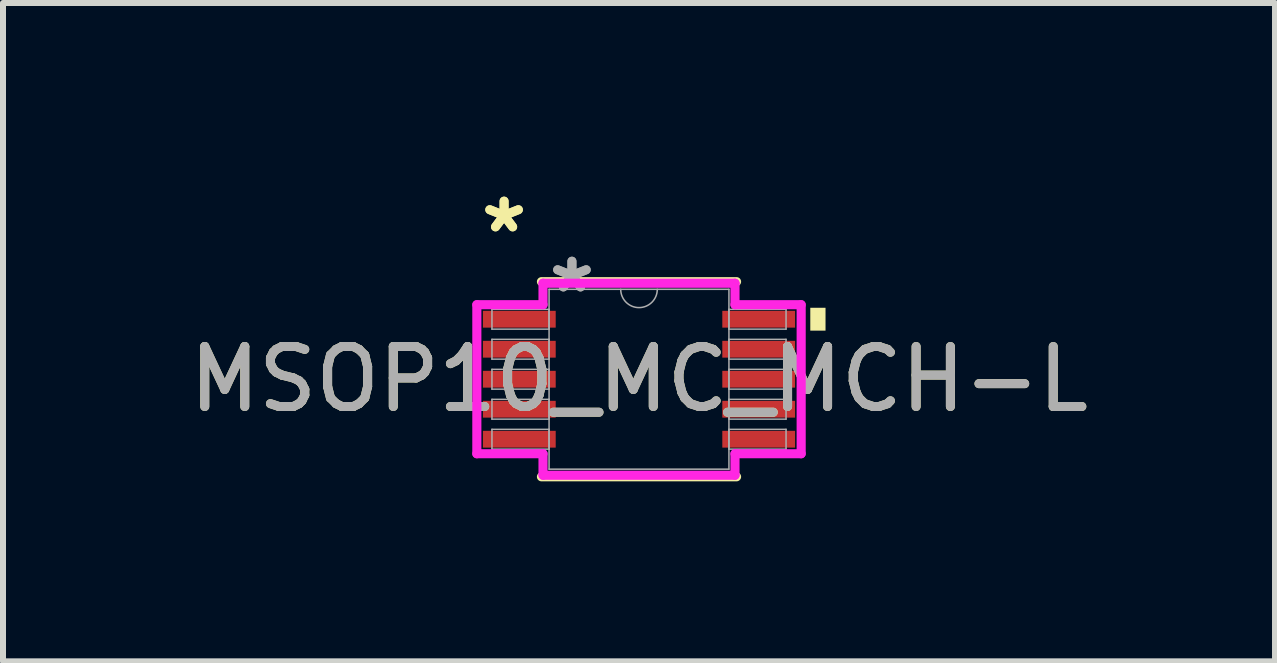
<source format=kicad_pcb>
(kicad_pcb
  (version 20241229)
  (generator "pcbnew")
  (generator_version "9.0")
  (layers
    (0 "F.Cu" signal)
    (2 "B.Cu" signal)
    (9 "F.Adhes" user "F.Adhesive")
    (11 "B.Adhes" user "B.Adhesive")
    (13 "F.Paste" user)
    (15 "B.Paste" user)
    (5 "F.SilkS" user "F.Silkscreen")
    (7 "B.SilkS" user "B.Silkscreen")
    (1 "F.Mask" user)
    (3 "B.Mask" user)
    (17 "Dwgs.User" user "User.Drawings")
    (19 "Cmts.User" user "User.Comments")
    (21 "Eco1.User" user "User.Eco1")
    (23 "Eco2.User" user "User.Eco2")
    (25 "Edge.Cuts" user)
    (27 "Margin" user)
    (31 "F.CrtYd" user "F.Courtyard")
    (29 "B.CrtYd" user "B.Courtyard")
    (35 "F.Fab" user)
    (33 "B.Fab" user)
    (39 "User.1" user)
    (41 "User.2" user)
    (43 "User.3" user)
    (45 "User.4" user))
  (footprint "MSOP10_MC_MCH-L"
    (layer "F.Cu")
    (at 7.601 3.271)
    (property "Reference" "MSOP10_MC_MCH-L" (at 0 0 0) (unlocked yes) (layer "F.SilkS") (effects (font (size 1 1) (thickness 0.15))))
    (attr smd)
    (fp_line (start -1.626 1.626) (end 1.626 1.626) (stroke (width 0.152) (type solid)) (layer "F.SilkS"))
    (fp_line (start 1.626 -1.626) (end -1.626 -1.626) (stroke (width 0.152) (type solid)) (layer "F.SilkS"))
    (fp_poly (pts (xy 3.109 -1.191) (xy 3.109 -0.81) (xy 2.855 -0.81) (xy 2.855 -1.191)) (stroke (width 0) (type solid)) (fill yes) (layer "F.SilkS"))
    (fp_line (start -2.703 -1.242) (end -1.6 -1.242) (stroke (width 0.152) (type solid)) (layer "F.CrtYd"))
    (fp_line (start -2.703 1.242) (end -2.703 -1.242) (stroke (width 0.152) (type solid)) (layer "F.CrtYd"))
    (fp_line (start -2.703 1.242) (end -1.6 1.242) (stroke (width 0.152) (type solid)) (layer "F.CrtYd"))
    (fp_line (start -1.6 -1.6) (end 1.6 -1.6) (stroke (width 0.152) (type solid)) (layer "F.CrtYd"))
    (fp_line (start -1.6 -1.242) (end -1.6 -1.6) (stroke (width 0.152) (type solid)) (layer "F.CrtYd"))
    (fp_line (start -1.6 1.6) (end -1.6 1.242) (stroke (width 0.152) (type solid)) (layer "F.CrtYd"))
    (fp_line (start 1.6 -1.6) (end 1.6 -1.242) (stroke (width 0.152) (type solid)) (layer "F.CrtYd"))
    (fp_line (start 1.6 1.242) (end 1.6 1.6) (stroke (width 0.152) (type solid)) (layer "F.CrtYd"))
    (fp_line (start 1.6 1.6) (end -1.6 1.6) (stroke (width 0.152) (type solid)) (layer "F.CrtYd"))
    (fp_line (start 2.703 -1.242) (end 1.6 -1.242) (stroke (width 0.152) (type solid)) (layer "F.CrtYd"))
    (fp_line (start 2.703 -1.242) (end 2.703 1.242) (stroke (width 0.152) (type solid)) (layer "F.CrtYd"))
    (fp_line (start 2.703 1.242) (end 1.6 1.242) (stroke (width 0.152) (type solid)) (layer "F.CrtYd"))
    (fp_line (start -2.451 -1.165) (end -2.451 -0.835) (stroke (width 0.025) (type solid)) (layer "F.Fab"))
    (fp_line (start -2.451 -0.835) (end -1.499 -0.835) (stroke (width 0.025) (type solid)) (layer "F.Fab"))
    (fp_line (start -2.451 -0.665) (end -2.451 -0.335) (stroke (width 0.025) (type solid)) (layer "F.Fab"))
    (fp_line (start -2.451 -0.335) (end -1.499 -0.335) (stroke (width 0.025) (type solid)) (layer "F.Fab"))
    (fp_line (start -2.451 -0.165) (end -2.451 0.165) (stroke (width 0.025) (type solid)) (layer "F.Fab"))
    (fp_line (start -2.451 0.165) (end -1.499 0.165) (stroke (width 0.025) (type solid)) (layer "F.Fab"))
    (fp_line (start -2.451 0.335) (end -2.451 0.665) (stroke (width 0.025) (type solid)) (layer "F.Fab"))
    (fp_line (start -2.451 0.665) (end -1.499 0.665) (stroke (width 0.025) (type solid)) (layer "F.Fab"))
    (fp_line (start -2.451 0.835) (end -2.451 1.165) (stroke (width 0.025) (type solid)) (layer "F.Fab"))
    (fp_line (start -2.451 1.165) (end -1.499 1.165) (stroke (width 0.025) (type solid)) (layer "F.Fab"))
    (fp_line (start -1.499 -1.499) (end -1.499 1.499) (stroke (width 0.025) (type solid)) (layer "F.Fab"))
    (fp_line (start -1.499 -1.165) (end -2.451 -1.165) (stroke (width 0.025) (type solid)) (layer "F.Fab"))
    (fp_line (start -1.499 -0.835) (end -1.499 -1.165) (stroke (width 0.025) (type solid)) (layer "F.Fab"))
    (fp_line (start -1.499 -0.665) (end -2.451 -0.665) (stroke (width 0.025) (type solid)) (layer "F.Fab"))
    (fp_line (start -1.499 -0.335) (end -1.499 -0.665) (stroke (width 0.025) (type solid)) (layer "F.Fab"))
    (fp_line (start -1.499 -0.165) (end -2.451 -0.165) (stroke (width 0.025) (type solid)) (layer "F.Fab"))
    (fp_line (start -1.499 0.165) (end -1.499 -0.165) (stroke (width 0.025) (type solid)) (layer "F.Fab"))
    (fp_line (start -1.499 0.335) (end -2.451 0.335) (stroke (width 0.025) (type solid)) (layer "F.Fab"))
    (fp_line (start -1.499 0.665) (end -1.499 0.335) (stroke (width 0.025) (type solid)) (layer "F.Fab"))
    (fp_line (start -1.499 0.835) (end -2.451 0.835) (stroke (width 0.025) (type solid)) (layer "F.Fab"))
    (fp_line (start -1.499 1.165) (end -1.499 0.835) (stroke (width 0.025) (type solid)) (layer "F.Fab"))
    (fp_line (start -1.499 1.499) (end 1.499 1.499) (stroke (width 0.025) (type solid)) (layer "F.Fab"))
    (fp_line (start 1.499 -1.499) (end -1.499 -1.499) (stroke (width 0.025) (type solid)) (layer "F.Fab"))
    (fp_line (start 1.499 -1.165) (end 1.499 -0.835) (stroke (width 0.025) (type solid)) (layer "F.Fab"))
    (fp_line (start 1.499 -0.835) (end 2.451 -0.835) (stroke (width 0.025) (type solid)) (layer "F.Fab"))
    (fp_line (start 1.499 -0.665) (end 1.499 -0.335) (stroke (width 0.025) (type solid)) (layer "F.Fab"))
    (fp_line (start 1.499 -0.335) (end 2.451 -0.335) (stroke (width 0.025) (type solid)) (layer "F.Fab"))
    (fp_line (start 1.499 -0.165) (end 1.499 0.165) (stroke (width 0.025) (type solid)) (layer "F.Fab"))
    (fp_line (start 1.499 0.165) (end 2.451 0.165) (stroke (width 0.025) (type solid)) (layer "F.Fab"))
    (fp_line (start 1.499 0.335) (end 1.499 0.665) (stroke (width 0.025) (type solid)) (layer "F.Fab"))
    (fp_line (start 1.499 0.665) (end 2.451 0.665) (stroke (width 0.025) (type solid)) (layer "F.Fab"))
    (fp_line (start 1.499 0.835) (end 1.499 1.165) (stroke (width 0.025) (type solid)) (layer "F.Fab"))
    (fp_line (start 1.499 1.165) (end 2.451 1.165) (stroke (width 0.025) (type solid)) (layer "F.Fab"))
    (fp_line (start 1.499 1.499) (end 1.499 -1.499) (stroke (width 0.025) (type solid)) (layer "F.Fab"))
    (fp_line (start 2.451 -1.165) (end 1.499 -1.165) (stroke (width 0.025) (type solid)) (layer "F.Fab"))
    (fp_line (start 2.451 -0.835) (end 2.451 -1.165) (stroke (width 0.025) (type solid)) (layer "F.Fab"))
    (fp_line (start 2.451 -0.665) (end 1.499 -0.665) (stroke (width 0.025) (type solid)) (layer "F.Fab"))
    (fp_line (start 2.451 -0.335) (end 2.451 -0.665) (stroke (width 0.025) (type solid)) (layer "F.Fab"))
    (fp_line (start 2.451 -0.165) (end 1.499 -0.165) (stroke (width 0.025) (type solid)) (layer "F.Fab"))
    (fp_line (start 2.451 0.165) (end 2.451 -0.165) (stroke (width 0.025) (type solid)) (layer "F.Fab"))
    (fp_line (start 2.451 0.335) (end 1.499 0.335) (stroke (width 0.025) (type solid)) (layer "F.Fab"))
    (fp_line (start 2.451 0.665) (end 2.451 0.335) (stroke (width 0.025) (type solid)) (layer "F.Fab"))
    (fp_line (start 2.451 0.835) (end 1.499 0.835) (stroke (width 0.025) (type solid)) (layer "F.Fab"))
    (fp_line (start 2.451 1.165) (end 2.451 0.835) (stroke (width 0.025) (type solid)) (layer "F.Fab"))
    (fp_arc (start 0.3048 -1.4986) (mid 0 -1.1938) (end -0.3048 -1.4986) (stroke (width 0.0254) (type solid)) (layer "F.Fab"))
    (fp_text user "*" (at -2.249 -2.423 0) (unlocked yes) (layer "F.SilkS") (effects (font (size 1 1) (thickness 0.15))))
    (fp_text user "*" (at -2.249 -2.423 0) (layer "F.SilkS") (effects (font (size 1 1) (thickness 0.15))))
    (fp_text user "*" (at -1.118 -1.422 0) (unlocked yes) (layer "F.Fab") (effects (font (size 1 1) (thickness 0.15))))
    (fp_text user "${REFERENCE}" (at 0 0 0) (unlocked yes) (layer "F.Fab") (effects (font (size 1 1) (thickness 0.15))))
    (fp_text user "*" (at -1.118 -1.422 0) (layer "F.Fab") (effects (font (size 1 1) (thickness 0.15))))
    (pad "1" smd rect (at -1.995 -1) (size 1.213 0.28) (layers "F.Cu" "F.Mask" "F.Paste"))
    (pad "2" smd rect (at -1.995 -0.5) (size 1.213 0.28) (layers "F.Cu" "F.Mask" "F.Paste"))
    (pad "3" smd rect (at -1.995 0) (size 1.213 0.28) (layers "F.Cu" "F.Mask" "F.Paste"))
    (pad "4" smd rect (at -1.995 0.5) (size 1.213 0.28) (layers "F.Cu" "F.Mask" "F.Paste"))
    (pad "5" smd rect (at -1.995 1) (size 1.213 0.28) (layers "F.Cu" "F.Mask" "F.Paste"))
    (pad "6" smd rect (at 1.995 1) (size 1.213 0.28) (layers "F.Cu" "F.Mask" "F.Paste"))
    (pad "7" smd rect (at 1.995 0.5) (size 1.213 0.28) (layers "F.Cu" "F.Mask" "F.Paste"))
    (pad "8" smd rect (at 1.995 0) (size 1.213 0.28) (layers "F.Cu" "F.Mask" "F.Paste"))
    (pad "9" smd rect (at 1.995 -0.5) (size 1.213 0.28) (layers "F.Cu" "F.Mask" "F.Paste"))
    (pad "10" smd rect (at 1.995 -1) (size 1.213 0.28) (layers "F.Cu" "F.Mask" "F.Paste")))
  (gr_rect
    (start -3 -3)
    (end 18.202 7.973)
    (stroke (width 0.1) (type default))
    (fill no)
    (layer "Edge.Cuts")))
</source>
